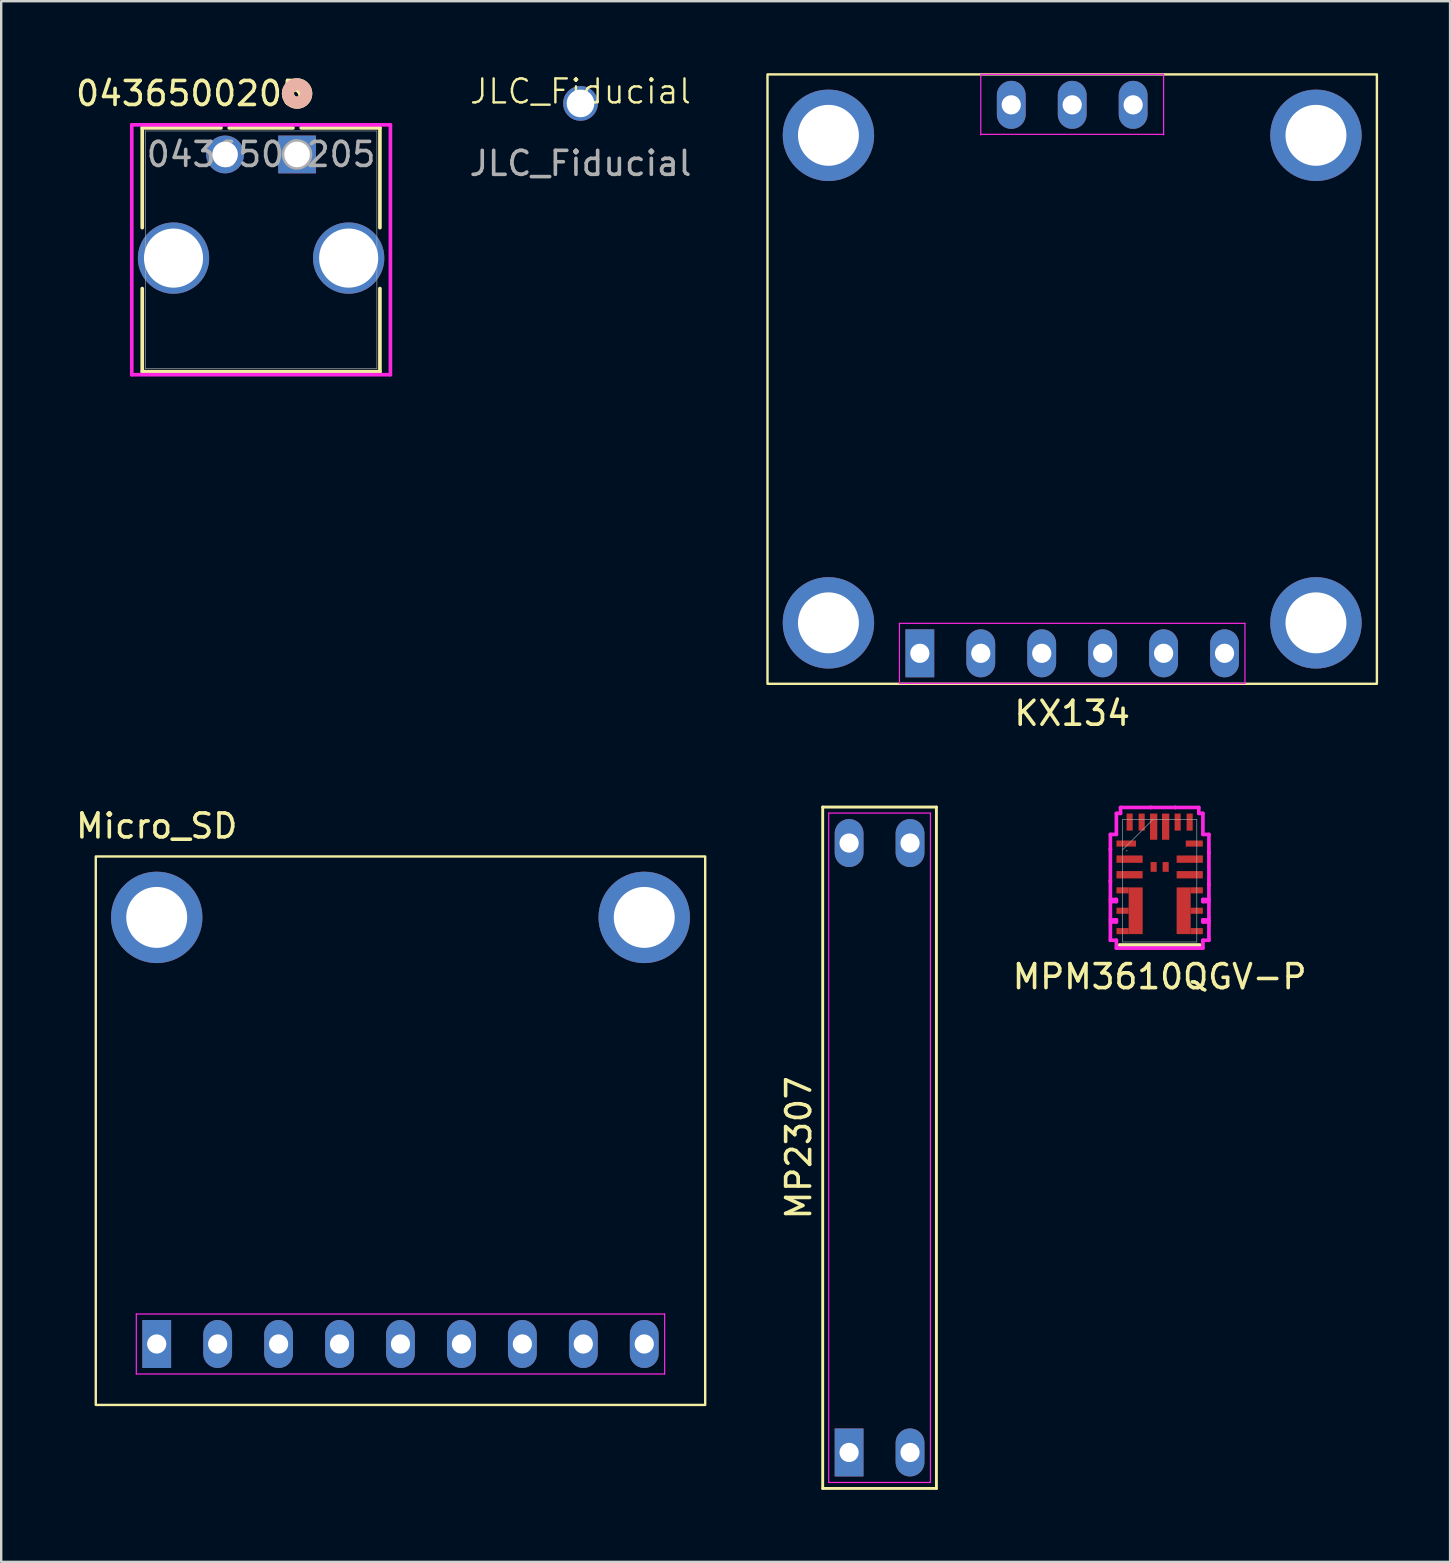
<source format=kicad_pcb>
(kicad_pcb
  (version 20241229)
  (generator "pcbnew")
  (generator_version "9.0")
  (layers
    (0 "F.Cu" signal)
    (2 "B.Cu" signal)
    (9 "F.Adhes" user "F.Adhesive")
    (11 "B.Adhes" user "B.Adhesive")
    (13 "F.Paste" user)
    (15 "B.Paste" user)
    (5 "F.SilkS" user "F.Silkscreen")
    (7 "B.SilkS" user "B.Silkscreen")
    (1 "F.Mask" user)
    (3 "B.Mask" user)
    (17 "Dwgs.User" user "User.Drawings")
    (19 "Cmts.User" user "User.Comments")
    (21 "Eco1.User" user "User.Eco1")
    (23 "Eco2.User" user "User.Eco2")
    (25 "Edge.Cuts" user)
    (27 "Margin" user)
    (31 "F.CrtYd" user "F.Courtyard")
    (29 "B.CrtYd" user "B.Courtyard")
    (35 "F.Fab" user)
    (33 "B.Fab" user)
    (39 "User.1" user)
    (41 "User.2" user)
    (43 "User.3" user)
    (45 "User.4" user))
  (footprint "KX134"
    (layer "F.Cu")
    (at 41.639 24.18)
    (property "Reference" "KX134" (at 0 2.5 0) (layer "F.SilkS") (effects (font (size 1 1) (thickness 0.15))))
    (attr through_hole)
    (fp_rect (start -12.7 -24.13) (end 12.7 1.27) (stroke (width 0.1) (type default)) (fill no) (layer "F.SilkS"))
    (fp_line (start -7.2 -1.25) (end 7.2 -1.25) (stroke (width 0.05) (type default)) (layer "F.CrtYd"))
    (fp_line (start -7.2 1.25) (end -7.2 -1.25) (stroke (width 0.05) (type default)) (layer "F.CrtYd"))
    (fp_line (start -3.81 -24.13) (end 3.81 -24.13) (stroke (width 0.05) (type default)) (layer "F.CrtYd"))
    (fp_line (start -3.81 -21.61) (end -3.81 -24.11) (stroke (width 0.05) (type default)) (layer "F.CrtYd"))
    (fp_line (start 3.81 -24.11) (end 3.81 -21.61) (stroke (width 0.05) (type default)) (layer "F.CrtYd"))
    (fp_line (start 3.81 -21.63) (end -3.81 -21.63) (stroke (width 0.05) (type default)) (layer "F.CrtYd"))
    (fp_line (start 7.2 -1.25) (end 7.2 1.25) (stroke (width 0.05) (type default)) (layer "F.CrtYd"))
    (fp_line (start 7.2 1.25) (end -7.2 1.25) (stroke (width 0.05) (type default)) (layer "F.CrtYd"))
    (pad "1" thru_hole circle (at -10.16 -21.59) (size 3.81 3.81) (drill 2.54) (layers "*.Cu" "*.Mask"))
    (pad "1" thru_hole circle (at -10.16 -1.27) (size 3.81 3.81) (drill 2.54) (layers "*.Cu" "*.Mask"))
    (pad "1" thru_hole rect (at -6.35 0) (size 1.2 2) (drill 0.8) (layers "*.Cu" "*.Mask"))
    (pad "1" thru_hole circle (at 10.16 -21.59) (size 3.81 3.81) (drill 2.54) (layers "*.Cu" "*.Mask"))
    (pad "1" thru_hole circle (at 10.16 -1.27) (size 3.81 3.81) (drill 2.54) (layers "*.Cu" "*.Mask"))
    (pad "2" thru_hole oval (at -3.81 0) (size 1.2 2) (drill 0.8) (layers "*.Cu" "*.Mask"))
    (pad "3" thru_hole oval (at -1.27 0) (size 1.2 2) (drill 0.8) (layers "*.Cu" "*.Mask"))
    (pad "4" thru_hole oval (at 1.27 0) (size 1.2 2) (drill 0.8) (layers "*.Cu" "*.Mask"))
    (pad "5" thru_hole oval (at 3.81 0) (size 1.2 2) (drill 0.8) (layers "*.Cu" "*.Mask"))
    (pad "6" thru_hole oval (at 6.35 0) (size 1.2 2) (drill 0.8) (layers "*.Cu" "*.Mask"))
    (pad "7" thru_hole oval (at 2.54 -22.86) (size 1.2 2) (drill 0.8) (layers "*.Cu" "*.Mask"))
    (pad "8" thru_hole oval (at 0 -22.86) (size 1.2 2) (drill 0.8) (layers "*.Cu" "*.Mask"))
    (pad "9" thru_hole oval (at -2.54 -22.86) (size 1.2 2) (drill 0.8) (layers "*.Cu" "*.Mask")))
  (footprint "JLC_Fiducial"
    (layer "F.Cu")
    (at 21.145 1.26)
    (property "Reference" "JLC_Fiducial" (at 0 -0.5 0) (unlocked yes) (layer "F.SilkS") (effects (font (size 1 1) (thickness 0.1))))
    (attr smd)
    (fp_text user "${REFERENCE}" (at 0 2.5 0) (unlocked yes) (layer "F.Fab") (effects (font (size 1 1) (thickness 0.15))))
    (pad "" np_thru_hole circle (at 0 0) (size 1.448 1.448) (drill 1.153) (layers "*.Cu" "*.Mask")))
  (footprint "MP2307"
    (layer "F.Cu")
    (at 33.61 44.788)
    (property "Reference" "MP2307" (at -3.37 0 90) (layer "F.SilkS") (effects (font (size 1 1) (thickness 0.15))))
    (attr through_hole)
    (fp_line (start -2.37 14.2) (end 2.37 14.2) (stroke (width 0.12) (type default)) (layer "F.SilkS"))
    (fp_line (start -2.37 -14.2) (end -2.37 14.199) (stroke (width 0.12) (type default)) (layer "F.SilkS"))
    (fp_line (start 2.37 14.2) (end 2.37 -14.2) (stroke (width 0.12) (type default)) (layer "F.SilkS"))
    (fp_line (start 2.37 -14.2) (end -2.37 -14.2) (stroke (width 0.12) (type default)) (layer "F.SilkS"))
    (fp_line (start -2.12 -13.95) (end 2.12 -13.95) (stroke (width 0.05) (type default)) (layer "F.CrtYd"))
    (fp_line (start -2.12 13.95) (end -2.12 -13.95) (stroke (width 0.05) (type default)) (layer "F.CrtYd"))
    (fp_line (start 2.12 -13.95) (end 2.12 13.95) (stroke (width 0.05) (type default)) (layer "F.CrtYd"))
    (fp_line (start 2.12 13.95) (end -2.12 13.95) (stroke (width 0.05) (type default)) (layer "F.CrtYd"))
    (pad "1" thru_hole rect (at -1.27 12.7) (size 1.2 2) (drill 0.8) (layers "*.Cu" "*.Mask"))
    (pad "2" thru_hole oval (at 1.27 12.7) (size 1.2 2) (drill 0.8) (layers "*.Cu" "*.Mask"))
    (pad "3" thru_hole oval (at 1.27 -12.7) (size 1.2 2) (drill 0.8) (layers "*.Cu" "*.Mask"))
    (pad "4" thru_hole oval (at -1.27 -12.7) (size 1.2 2) (drill 0.8) (layers "*.Cu" "*.Mask")))
  (footprint "0436500205"
    (layer "F.Cu")
    (at 9.332 3.388)
    (property "Reference" "0436500205" (at -4.445 -2.54 0) (unlocked yes) (layer "F.SilkS") (effects (font (size 1 1) (thickness 0.15))))
    (attr through_hole)
    (fp_line (start -6.453 -1.107) (end -6.453 3.051) (stroke (width 0.152) (type solid)) (layer "F.SilkS"))
    (fp_line (start -6.453 5.589) (end -6.453 9.053) (stroke (width 0.152) (type solid)) (layer "F.SilkS"))
    (fp_line (start -6.453 9.053) (end 3.453 9.053) (stroke (width 0.152) (type solid)) (layer "F.SilkS"))
    (fp_line (start -3.171 -1.107) (end -6.453 -1.107) (stroke (width 0.152) (type solid)) (layer "F.SilkS"))
    (fp_line (start -0.171 -1.107) (end -2.829 -1.107) (stroke (width 0.152) (type solid)) (layer "F.SilkS"))
    (fp_line (start 3.453 -1.107) (end 0.171 -1.107) (stroke (width 0.152) (type solid)) (layer "F.SilkS"))
    (fp_line (start 3.453 3.051) (end 3.453 -1.107) (stroke (width 0.152) (type solid)) (layer "F.SilkS"))
    (fp_line (start 3.453 9.053) (end 3.453 5.589) (stroke (width 0.152) (type solid)) (layer "F.SilkS"))
    (fp_circle (center 0 -2.54) (end 0.381 -2.54) (stroke (width 0.508) (type solid)) (fill no) (layer "F.SilkS"))
    (fp_circle (center 0 -2.54) (end 0.381 -2.54) (stroke (width 0.508) (type solid)) (fill no) (layer "B.SilkS"))
    (fp_line (start -6.89 -1.234) (end -6.89 9.18) (stroke (width 0.152) (type solid)) (layer "F.CrtYd"))
    (fp_line (start -6.89 9.18) (end 3.89 9.18) (stroke (width 0.152) (type solid)) (layer "F.CrtYd"))
    (fp_line (start 3.89 -1.234) (end -6.89 -1.234) (stroke (width 0.152) (type solid)) (layer "F.CrtYd"))
    (fp_line (start 3.89 9.18) (end 3.89 -1.234) (stroke (width 0.152) (type solid)) (layer "F.CrtYd"))
    (fp_line (start -6.326 -0.98) (end -6.326 8.926) (stroke (width 0.025) (type solid)) (layer "F.Fab"))
    (fp_line (start -6.326 8.926) (end 3.326 8.926) (stroke (width 0.025) (type solid)) (layer "F.Fab"))
    (fp_line (start 3.326 -0.98) (end -6.326 -0.98) (stroke (width 0.025) (type solid)) (layer "F.Fab"))
    (fp_line (start 3.326 8.926) (end 3.326 -0.98) (stroke (width 0.025) (type solid)) (layer "F.Fab"))
    (fp_circle (center 0 0) (end 0.381 0) (stroke (width 0.508) (type solid)) (fill no) (layer "F.Fab"))
    (fp_text user "${REFERENCE}" (at -1.5 0 0) (unlocked yes) (layer "F.Fab") (effects (font (size 1 1) (thickness 0.15))))
    (pad "1" thru_hole rect (at 0 0) (size 1.575 1.575) (drill 1.067) (layers "*.Cu" "*.Mask"))
    (pad "2" thru_hole circle (at -3 0) (size 1.575 1.575) (drill 1.067) (layers "*.Cu" "*.Mask"))
    (pad "3" thru_hole circle (at -5.15 4.32) (size 2.972 2.972) (drill 2.464) (layers "*.Cu" "*.Mask"))
    (pad "3" thru_hole circle (at 2.15 4.32) (size 2.972 2.972) (drill 2.464) (layers "*.Cu" "*.Mask"))
    (zone (net_name "") (layer "F.Cu") (hatch full 0.508) (connect_pads) (min_thickness 0.254) (filled_areas_thickness no) (keepout (tracks not_allowed) (vias not_allowed) (pads allowed) (copperpour not_allowed) (footprints allowed)) (placement (enabled no)) (fill) (polygon (pts (xy 2.263 4.058) (xy 2.263 5.658) (xy 4.701 5.658) (xy 4.701 4.058))))
    (zone (net_name "") (layer "F.Cu") (hatch full 0.508) (connect_pads) (min_thickness 0.254) (filled_areas_thickness no) (keepout (tracks not_allowed) (vias not_allowed) (pads allowed) (copperpour not_allowed) (footprints allowed)) (placement (enabled no)) (fill) (polygon (pts (xy 10.963 4.058) (xy 10.963 5.658) (xy 13.401 5.658) (xy 13.401 4.058)))))
  (footprint "MPM3610QGV-P"
    (layer "F.Cu")
    (at 45.284 33.659)
    (property "Reference" "MPM3610QGV-P" (at 0 4 0) (unlocked yes) (layer "F.SilkS") (effects (font (size 1 1) (thickness 0.15))))
    (attr smd)
    (fp_line (start 1.676 2.68) (end -1.676 2.68) (stroke (width 0.152) (type solid)) (layer "F.SilkS"))
    (fp_line (start -2.054 -1.931) (end -2.054 -1.306) (stroke (width 0.152) (type solid)) (layer "F.CrtYd"))
    (fp_line (start -2.054 -1.306) (end -2.054 -1.306) (stroke (width 0.152) (type solid)) (layer "F.CrtYd"))
    (fp_line (start -2.054 -1.306) (end -2.054 0.019) (stroke (width 0.152) (type solid)) (layer "F.CrtYd"))
    (fp_line (start -2.054 0.019) (end -2.054 0.019) (stroke (width 0.152) (type solid)) (layer "F.CrtYd"))
    (fp_line (start -2.054 0.019) (end -2.054 0.781) (stroke (width 0.152) (type solid)) (layer "F.CrtYd"))
    (fp_line (start -2.054 0.781) (end -1.803 0.781) (stroke (width 0.152) (type solid)) (layer "F.CrtYd"))
    (fp_line (start -2.054 0.869) (end -2.054 1.631) (stroke (width 0.152) (type solid)) (layer "F.CrtYd"))
    (fp_line (start -2.054 1.631) (end -1.803 1.631) (stroke (width 0.152) (type solid)) (layer "F.CrtYd"))
    (fp_line (start -2.054 1.719) (end -2.054 2.481) (stroke (width 0.152) (type solid)) (layer "F.CrtYd"))
    (fp_line (start -2.054 2.481) (end -1.803 2.481) (stroke (width 0.152) (type solid)) (layer "F.CrtYd"))
    (fp_line (start -1.803 -2.807) (end -1.803 -1.931) (stroke (width 0.152) (type solid)) (layer "F.CrtYd"))
    (fp_line (start -1.803 -1.931) (end -2.054 -1.931) (stroke (width 0.152) (type solid)) (layer "F.CrtYd"))
    (fp_line (start -1.803 0.781) (end -1.803 0.869) (stroke (width 0.152) (type solid)) (layer "F.CrtYd"))
    (fp_line (start -1.803 0.869) (end -2.054 0.869) (stroke (width 0.152) (type solid)) (layer "F.CrtYd"))
    (fp_line (start -1.803 1.631) (end -1.803 1.719) (stroke (width 0.152) (type solid)) (layer "F.CrtYd"))
    (fp_line (start -1.803 1.719) (end -2.054 1.719) (stroke (width 0.152) (type solid)) (layer "F.CrtYd"))
    (fp_line (start -1.803 2.481) (end -1.803 2.807) (stroke (width 0.152) (type solid)) (layer "F.CrtYd"))
    (fp_line (start -1.803 2.807) (end 1.803 2.807) (stroke (width 0.152) (type solid)) (layer "F.CrtYd"))
    (fp_line (start -1.631 -3.054) (end -1.631 -2.807) (stroke (width 0.152) (type solid)) (layer "F.CrtYd"))
    (fp_line (start -1.631 -2.807) (end -1.803 -2.807) (stroke (width 0.152) (type solid)) (layer "F.CrtYd"))
    (fp_line (start -0.369 -3.054) (end -0.369 -3.054) (stroke (width 0.152) (type solid)) (layer "F.CrtYd"))
    (fp_line (start -0.369 -3.054) (end -1.631 -3.054) (stroke (width 0.152) (type solid)) (layer "F.CrtYd"))
    (fp_line (start 0.656 -3.054) (end -0.369 -3.054) (stroke (width 0.152) (type solid)) (layer "F.CrtYd"))
    (fp_line (start 0.656 -3.054) (end 0.656 -3.054) (stroke (width 0.152) (type solid)) (layer "F.CrtYd"))
    (fp_line (start 1.631 -3.054) (end 0.656 -3.054) (stroke (width 0.152) (type solid)) (layer "F.CrtYd"))
    (fp_line (start 1.631 -2.807) (end 1.631 -3.054) (stroke (width 0.152) (type solid)) (layer "F.CrtYd"))
    (fp_line (start 1.803 -2.807) (end 1.631 -2.807) (stroke (width 0.152) (type solid)) (layer "F.CrtYd"))
    (fp_line (start 1.803 -1.931) (end 1.803 -2.807) (stroke (width 0.152) (type solid)) (layer "F.CrtYd"))
    (fp_line (start 1.803 0.781) (end 2.054 0.781) (stroke (width 0.152) (type solid)) (layer "F.CrtYd"))
    (fp_line (start 1.803 0.869) (end 1.803 0.781) (stroke (width 0.152) (type solid)) (layer "F.CrtYd"))
    (fp_line (start 1.803 1.631) (end 2.054 1.631) (stroke (width 0.152) (type solid)) (layer "F.CrtYd"))
    (fp_line (start 1.803 1.719) (end 1.803 1.631) (stroke (width 0.152) (type solid)) (layer "F.CrtYd"))
    (fp_line (start 1.803 2.481) (end 2.054 2.481) (stroke (width 0.152) (type solid)) (layer "F.CrtYd"))
    (fp_line (start 1.803 2.807) (end 1.803 2.481) (stroke (width 0.152) (type solid)) (layer "F.CrtYd"))
    (fp_line (start 2.054 -1.931) (end 1.803 -1.931) (stroke (width 0.152) (type solid)) (layer "F.CrtYd"))
    (fp_line (start 2.054 -1.169) (end 2.054 -1.931) (stroke (width 0.152) (type solid)) (layer "F.CrtYd"))
    (fp_line (start 2.054 0.156) (end 2.054 0.156) (stroke (width 0.152) (type solid)) (layer "F.CrtYd"))
    (fp_line (start 2.054 0.781) (end 2.054 0.156) (stroke (width 0.152) (type solid)) (layer "F.CrtYd"))
    (fp_line (start 2.054 0.869) (end 1.803 0.869) (stroke (width 0.152) (type solid)) (layer "F.CrtYd"))
    (fp_line (start 2.054 1.631) (end 2.054 0.869) (stroke (width 0.152) (type solid)) (layer "F.CrtYd"))
    (fp_line (start 2.054 1.719) (end 1.803 1.719) (stroke (width 0.152) (type solid)) (layer "F.CrtYd"))
    (fp_line (start 2.054 2.481) (end 2.054 1.719) (stroke (width 0.152) (type solid)) (layer "F.CrtYd"))
    (fp_line (start 2.054 -1.169) (end 2.054 -1.169) (stroke (width 0.152) (type solid)) (layer "F.CrtYd"))
    (fp_line (start 2.054 0.156) (end 2.054 -1.169) (stroke (width 0.152) (type solid)) (layer "F.CrtYd"))
    (fp_line (start -1.549 -2.553) (end -1.549 2.553) (stroke (width 0.025) (type solid)) (layer "F.Fab"))
    (fp_line (start -1.549 -1.283) (end -0.279 -2.553) (stroke (width 0.025) (type solid)) (layer "F.Fab"))
    (fp_line (start -1.549 2.553) (end 1.549 2.553) (stroke (width 0.025) (type solid)) (layer "F.Fab"))
    (fp_line (start 1.549 -2.553) (end -1.549 -2.553) (stroke (width 0.025) (type solid)) (layer "F.Fab"))
    (fp_line (start 1.549 2.553) (end 1.549 -2.553) (stroke (width 0.025) (type solid)) (layer "F.Fab"))
    (fp_circle (center -1.372 -1.25) (end -1.372 -1.25) (stroke (width 0.025) (type solid)) (fill no) (layer "F.Fab"))
    (pad "1" smd rect (at -1.394 -1.55) (size 0.813 0.254) (layers "F.Cu" "F.Mask" "F.Paste"))
    (pad "2" smd rect (at -1.254 -0.9) (size 1.092 0.305) (layers "F.Cu" "F.Mask" "F.Paste"))
    (pad "3" smd rect (at -1.254 -0.25) (size 1.092 0.305) (layers "F.Cu" "F.Mask" "F.Paste"))
    (pad "4" smd rect (at -1.546 0.4) (size 0.508 0.254) (layers "F.Cu" "F.Mask" "F.Paste"))
    (pad "5" smd rect (at -1.546 1.25) (size 0.508 0.254) (layers "F.Cu" "F.Mask" "F.Paste"))
    (pad "5" smd rect (at -1 1.25) (size 0.584 1.946) (layers "F.Cu" "F.Mask" "F.Paste"))
    (pad "6" smd rect (at -1.546 2.1) (size 0.508 0.254) (layers "F.Cu" "F.Mask" "F.Paste"))
    (pad "7" smd rect (at 1.546 2.1) (size 0.508 0.254) (layers "F.Cu" "F.Mask" "F.Paste"))
    (pad "8" smd rect (at 1 1.25) (size 0.584 1.946) (layers "F.Cu" "F.Mask" "F.Paste"))
    (pad "8" smd rect (at 1.546 1.25) (size 0.508 0.254) (layers "F.Cu" "F.Mask" "F.Paste"))
    (pad "9" smd rect (at 1.546 0.4) (size 0.508 0.254) (layers "F.Cu" "F.Mask" "F.Paste"))
    (pad "10" smd rect (at 1.254 -0.25) (size 1.092 0.305) (layers "F.Cu" "F.Mask" "F.Paste"))
    (pad "11" smd rect (at 1.254 -0.9) (size 1.092 0.305) (layers "F.Cu" "F.Mask" "F.Paste"))
    (pad "12" smd rect (at 1.444 -1.55) (size 0.711 0.254) (layers "F.Cu" "F.Mask" "F.Paste"))
    (pad "13" smd rect (at 1.25 -2.444 90) (size 0.711 0.254) (layers "F.Cu" "F.Mask" "F.Paste"))
    (pad "14" smd rect (at 0.75 -2.444 90) (size 0.711 0.254) (layers "F.Cu" "F.Mask" "F.Paste"))
    (pad "15" smd rect (at 0.25 -2.254 90) (size 1.092 0.305) (layers "F.Cu" "F.Mask" "F.Paste"))
    (pad "16" smd rect (at -0.25 -2.254 90) (size 1.092 0.305) (layers "F.Cu" "F.Mask" "F.Paste"))
    (pad "17" smd rect (at -0.75 -2.444 90) (size 0.711 0.254) (layers "F.Cu" "F.Mask" "F.Paste"))
    (pad "18" smd rect (at -1.25 -2.444 90) (size 0.711 0.254) (layers "F.Cu" "F.Mask" "F.Paste"))
    (pad "19" smd rect (at -0.25 -0.575) (size 0.254 0.406) (layers "F.Cu" "F.Mask" "F.Paste"))
    (pad "20" smd rect (at 0.25 -0.575) (size 0.254 0.406) (layers "F.Cu" "F.Mask" "F.Paste"))
    (zone (net_name "") (layer "F.Cu") (hatch full 0.508) (connect_pads) (min_thickness 0.254) (filled_areas_thickness no) (keepout (tracks not_allowed) (vias not_allowed) (pads allowed) (copperpour not_allowed) (footprints allowed)) (placement (enabled no)) (fill) (polygon (pts (xy 45.859 32.689) (xy 44.709 32.689) (xy 44.709 33.479) (xy 45.859 33.479)))))
  (footprint "Micro_SD"
    (layer "F.Cu")
    (at 13.642 52.967)
    (property "Reference" "Micro_SD" (at -10.16 -21.59 0) (layer "F.SilkS") (effects (font (size 1 1) (thickness 0.15))))
    (attr through_hole)
    (fp_rect (start -12.7 -20.32) (end 12.7 2.54) (stroke (width 0.1) (type solid)) (fill no) (layer "F.SilkS"))
    (fp_line (start -11.01 -1.25) (end 11.01 -1.25) (stroke (width 0.05) (type default)) (layer "F.CrtYd"))
    (fp_line (start -11.01 1.25) (end -11.01 -1.25) (stroke (width 0.05) (type default)) (layer "F.CrtYd"))
    (fp_line (start 11.01 -1.25) (end 11.01 1.25) (stroke (width 0.05) (type default)) (layer "F.CrtYd"))
    (fp_line (start 11.01 1.25) (end -11.01 1.25) (stroke (width 0.05) (type default)) (layer "F.CrtYd"))
    (pad "1" thru_hole rect (at -10.16 0) (size 1.2 2) (drill 0.8) (layers "*.Cu" "*.Mask"))
    (pad "2" thru_hole circle (at -10.16 -17.78) (size 3.81 3.81) (drill 2.54) (layers "*.Cu" "*.Mask"))
    (pad "2" thru_hole oval (at -7.62 0) (size 1.2 2) (drill 0.8) (layers "*.Cu" "*.Mask"))
    (pad "2" thru_hole circle (at 10.16 -17.78) (size 3.81 3.81) (drill 2.54) (layers "*.Cu" "*.Mask"))
    (pad "3" thru_hole oval (at -5.08 0) (size 1.2 2) (drill 0.8) (layers "*.Cu" "*.Mask"))
    (pad "4" thru_hole oval (at -2.54 0) (size 1.2 2) (drill 0.8) (layers "*.Cu" "*.Mask"))
    (pad "5" thru_hole oval (at 0 0) (size 1.2 2) (drill 0.8) (layers "*.Cu" "*.Mask"))
    (pad "6" thru_hole oval (at 2.54 0) (size 1.2 2) (drill 0.8) (layers "*.Cu" "*.Mask"))
    (pad "7" thru_hole oval (at 5.08 0) (size 1.2 2) (drill 0.8) (layers "*.Cu" "*.Mask"))
    (pad "8" thru_hole oval (at 7.62 0) (size 1.2 2) (drill 0.8) (layers "*.Cu" "*.Mask"))
    (pad "9" thru_hole oval (at 10.16 0) (size 1.2 2) (drill 0.8) (layers "*.Cu" "*.Mask")))
  (gr_rect
    (start -3 -3)
    (end 57.389 62.048)
    (stroke (width 0.1) (type default))
    (fill no)
    (layer "Edge.Cuts")))
</source>
